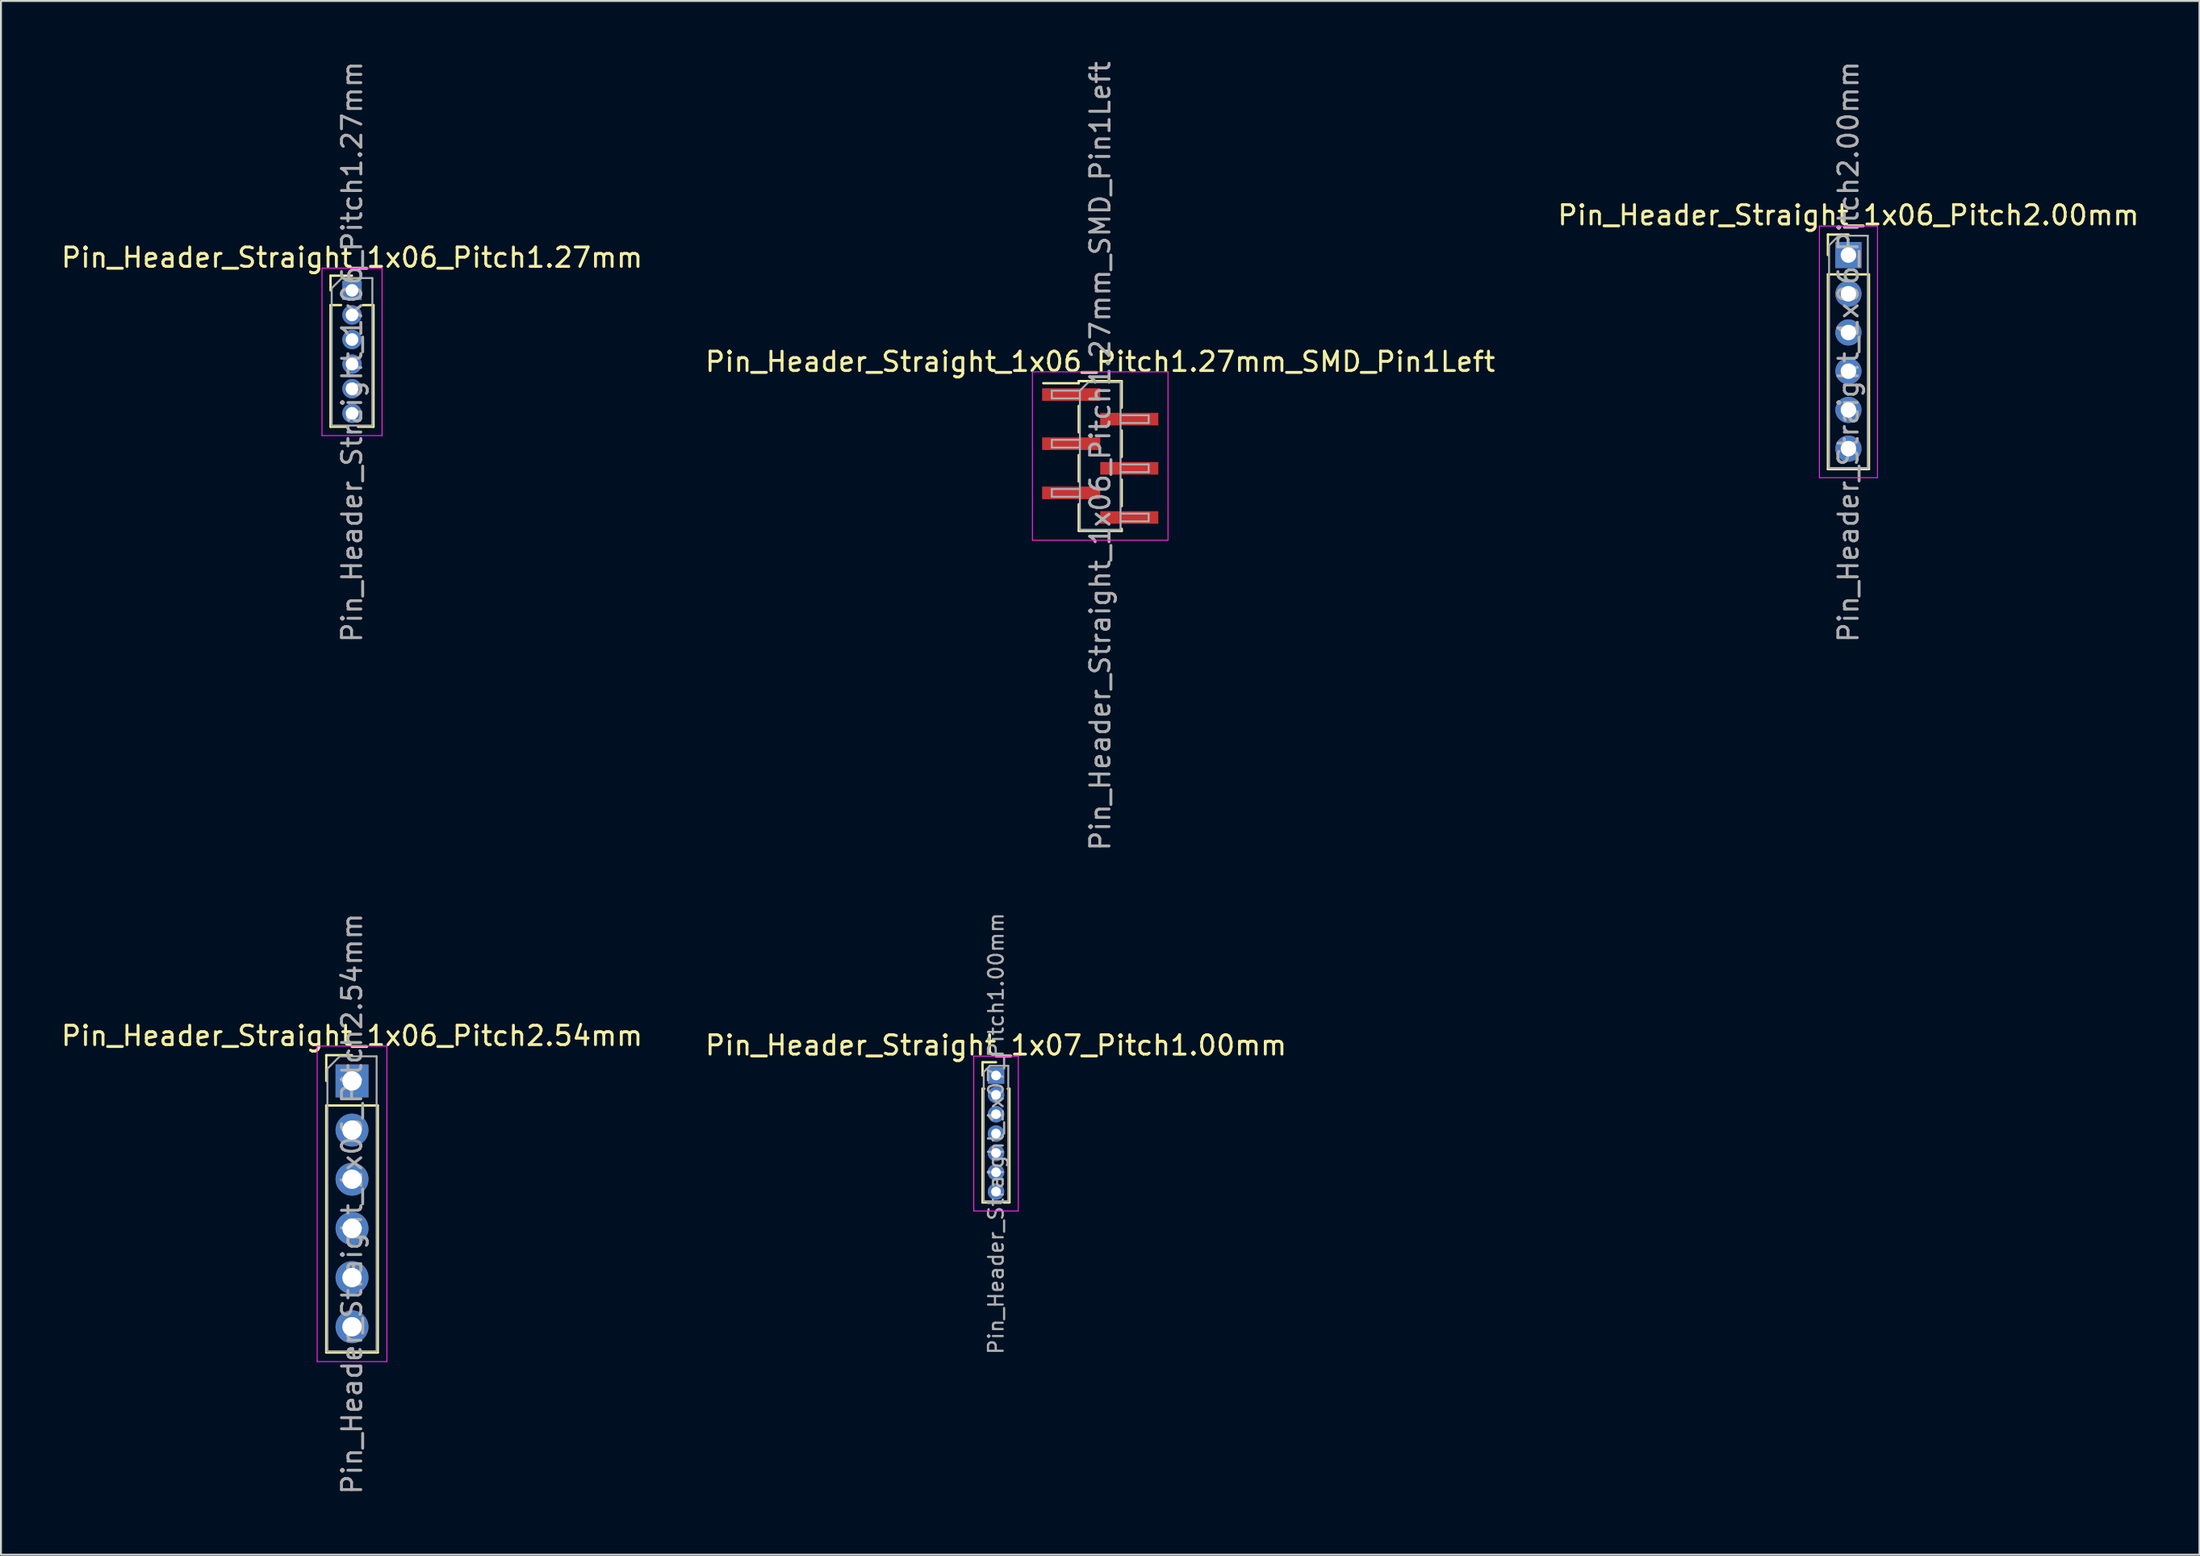
<source format=kicad_pcb>
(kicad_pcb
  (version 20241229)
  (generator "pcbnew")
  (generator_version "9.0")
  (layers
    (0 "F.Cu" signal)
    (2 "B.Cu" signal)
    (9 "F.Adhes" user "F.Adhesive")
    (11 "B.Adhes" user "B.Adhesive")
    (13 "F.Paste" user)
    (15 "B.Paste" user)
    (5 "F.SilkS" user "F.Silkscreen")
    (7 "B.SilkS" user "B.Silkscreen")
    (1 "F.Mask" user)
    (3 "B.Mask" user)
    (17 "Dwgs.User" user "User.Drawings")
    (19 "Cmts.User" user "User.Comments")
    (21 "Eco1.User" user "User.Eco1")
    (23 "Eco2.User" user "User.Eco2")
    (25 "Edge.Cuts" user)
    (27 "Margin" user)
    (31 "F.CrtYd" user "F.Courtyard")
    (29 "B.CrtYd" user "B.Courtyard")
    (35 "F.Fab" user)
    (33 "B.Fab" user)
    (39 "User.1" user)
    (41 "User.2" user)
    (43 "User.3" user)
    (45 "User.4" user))
  (footprint "Pin_Header_Straight_1x06_Pitch2.54mm"
    (layer "F.Cu")
    (at 15.125 52.787)
    (property "Reference" "Pin_Header_Straight_1x06_Pitch2.54mm" (at 0 -2.33 0) (layer "F.SilkS") (effects (font (size 1 1) (thickness 0.15))))
    (attr through_hole)
    (fp_line (start -1.33 -1.33) (end 0 -1.33) (stroke (width 0.12) (type solid)) (layer "F.SilkS"))
    (fp_line (start -1.33 0) (end -1.33 -1.33) (stroke (width 0.12) (type solid)) (layer "F.SilkS"))
    (fp_line (start -1.33 1.27) (end -1.33 14.03) (stroke (width 0.12) (type solid)) (layer "F.SilkS"))
    (fp_line (start -1.33 1.27) (end 1.33 1.27) (stroke (width 0.12) (type solid)) (layer "F.SilkS"))
    (fp_line (start -1.33 14.03) (end 1.33 14.03) (stroke (width 0.12) (type solid)) (layer "F.SilkS"))
    (fp_line (start 1.33 1.27) (end 1.33 14.03) (stroke (width 0.12) (type solid)) (layer "F.SilkS"))
    (fp_line (start -1.8 -1.8) (end -1.8 14.5) (stroke (width 0.05) (type solid)) (layer "F.CrtYd"))
    (fp_line (start -1.8 14.5) (end 1.8 14.5) (stroke (width 0.05) (type solid)) (layer "F.CrtYd"))
    (fp_line (start 1.8 -1.8) (end -1.8 -1.8) (stroke (width 0.05) (type solid)) (layer "F.CrtYd"))
    (fp_line (start 1.8 14.5) (end 1.8 -1.8) (stroke (width 0.05) (type solid)) (layer "F.CrtYd"))
    (fp_line (start -1.27 -0.635) (end -0.635 -1.27) (stroke (width 0.1) (type solid)) (layer "F.Fab"))
    (fp_line (start -1.27 13.97) (end -1.27 -0.635) (stroke (width 0.1) (type solid)) (layer "F.Fab"))
    (fp_line (start -0.635 -1.27) (end 1.27 -1.27) (stroke (width 0.1) (type solid)) (layer "F.Fab"))
    (fp_line (start 1.27 -1.27) (end 1.27 13.97) (stroke (width 0.1) (type solid)) (layer "F.Fab"))
    (fp_line (start 1.27 13.97) (end -1.27 13.97) (stroke (width 0.1) (type solid)) (layer "F.Fab"))
    (fp_text user "${REFERENCE}" (at 0 6.35 90) (layer "F.Fab") (effects (font (size 1 1) (thickness 0.15))))
    (pad "1" thru_hole rect (at 0 0) (size 1.7 1.7) (drill 1) (layers "*.Cu" "*.Mask"))
    (pad "2" thru_hole oval (at 0 2.54) (size 1.7 1.7) (drill 1) (layers "*.Cu" "*.Mask"))
    (pad "3" thru_hole oval (at 0 5.08) (size 1.7 1.7) (drill 1) (layers "*.Cu" "*.Mask"))
    (pad "4" thru_hole oval (at 0 7.62) (size 1.7 1.7) (drill 1) (layers "*.Cu" "*.Mask"))
    (pad "5" thru_hole oval (at 0 10.16) (size 1.7 1.7) (drill 1) (layers "*.Cu" "*.Mask"))
    (pad "6" thru_hole oval (at 0 12.7) (size 1.7 1.7) (drill 1) (layers "*.Cu" "*.Mask")))
  (footprint "Pin_Header_Straight_1x06_Pitch1.27mm_SMD_Pin1Left"
    (layer "F.Cu")
    (at 53.756 20.506)
    (property "Reference" "Pin_Header_Straight_1x06_Pitch1.27mm_SMD_Pin1Left" (at 0 -4.87 0) (layer "F.SilkS") (effects (font (size 1 1) (thickness 0.15))))
    (attr smd)
    (fp_line (start -1.11 -3.87) (end -1.11 -3.76) (stroke (width 0.12) (type solid)) (layer "F.SilkS"))
    (fp_line (start -1.11 -3.87) (end 1.11 -3.87) (stroke (width 0.12) (type solid)) (layer "F.SilkS"))
    (fp_line (start -1.11 -3.76) (end -2.94 -3.76) (stroke (width 0.12) (type solid)) (layer "F.SilkS"))
    (fp_line (start -1.11 -2.59) (end -1.11 -1.22) (stroke (width 0.12) (type solid)) (layer "F.SilkS"))
    (fp_line (start -1.11 -0.05) (end -1.11 1.32) (stroke (width 0.12) (type solid)) (layer "F.SilkS"))
    (fp_line (start -1.11 2.49) (end -1.11 3.86) (stroke (width 0.12) (type solid)) (layer "F.SilkS"))
    (fp_line (start -1.11 3.87) (end 1.11 3.87) (stroke (width 0.12) (type solid)) (layer "F.SilkS"))
    (fp_line (start 1.11 -3.86) (end 1.11 -2.49) (stroke (width 0.12) (type solid)) (layer "F.SilkS"))
    (fp_line (start 1.11 -1.32) (end 1.11 0.05) (stroke (width 0.12) (type solid)) (layer "F.SilkS"))
    (fp_line (start 1.11 1.22) (end 1.11 2.59) (stroke (width 0.12) (type solid)) (layer "F.SilkS"))
    (fp_line (start 1.11 3.76) (end 1.11 3.87) (stroke (width 0.12) (type solid)) (layer "F.SilkS"))
    (fp_line (start -3.5 -4.35) (end -3.5 4.35) (stroke (width 0.05) (type solid)) (layer "F.CrtYd"))
    (fp_line (start -3.5 4.35) (end 3.5 4.35) (stroke (width 0.05) (type solid)) (layer "F.CrtYd"))
    (fp_line (start 3.5 -4.35) (end -3.5 -4.35) (stroke (width 0.05) (type solid)) (layer "F.CrtYd"))
    (fp_line (start 3.5 4.35) (end 3.5 -4.35) (stroke (width 0.05) (type solid)) (layer "F.CrtYd"))
    (fp_line (start -2.5 -3.375) (end -2.5 -2.975) (stroke (width 0.1) (type solid)) (layer "F.Fab"))
    (fp_line (start -2.5 -2.975) (end -1.05 -2.975) (stroke (width 0.1) (type solid)) (layer "F.Fab"))
    (fp_line (start -2.5 -0.835) (end -2.5 -0.435) (stroke (width 0.1) (type solid)) (layer "F.Fab"))
    (fp_line (start -2.5 -0.435) (end -1.05 -0.435) (stroke (width 0.1) (type solid)) (layer "F.Fab"))
    (fp_line (start -2.5 1.705) (end -2.5 2.105) (stroke (width 0.1) (type solid)) (layer "F.Fab"))
    (fp_line (start -2.5 2.105) (end -1.05 2.105) (stroke (width 0.1) (type solid)) (layer "F.Fab"))
    (fp_line (start -1.05 -3.375) (end -2.5 -3.375) (stroke (width 0.1) (type solid)) (layer "F.Fab"))
    (fp_line (start -1.05 -3.375) (end -0.615 -3.81) (stroke (width 0.1) (type solid)) (layer "F.Fab"))
    (fp_line (start -1.05 -0.835) (end -2.5 -0.835) (stroke (width 0.1) (type solid)) (layer "F.Fab"))
    (fp_line (start -1.05 1.705) (end -2.5 1.705) (stroke (width 0.1) (type solid)) (layer "F.Fab"))
    (fp_line (start -1.05 3.81) (end -1.05 -3.375) (stroke (width 0.1) (type solid)) (layer "F.Fab"))
    (fp_line (start -0.615 -3.81) (end 1.05 -3.81) (stroke (width 0.1) (type solid)) (layer "F.Fab"))
    (fp_line (start 1.05 -3.81) (end 1.05 3.81) (stroke (width 0.1) (type solid)) (layer "F.Fab"))
    (fp_line (start 1.05 -2.105) (end 2.5 -2.105) (stroke (width 0.1) (type solid)) (layer "F.Fab"))
    (fp_line (start 1.05 0.435) (end 2.5 0.435) (stroke (width 0.1) (type solid)) (layer "F.Fab"))
    (fp_line (start 1.05 2.975) (end 2.5 2.975) (stroke (width 0.1) (type solid)) (layer "F.Fab"))
    (fp_line (start 1.05 3.81) (end -1.05 3.81) (stroke (width 0.1) (type solid)) (layer "F.Fab"))
    (fp_line (start 2.5 -2.105) (end 2.5 -1.705) (stroke (width 0.1) (type solid)) (layer "F.Fab"))
    (fp_line (start 2.5 -1.705) (end 1.05 -1.705) (stroke (width 0.1) (type solid)) (layer "F.Fab"))
    (fp_line (start 2.5 0.435) (end 2.5 0.835) (stroke (width 0.1) (type solid)) (layer "F.Fab"))
    (fp_line (start 2.5 0.835) (end 1.05 0.835) (stroke (width 0.1) (type solid)) (layer "F.Fab"))
    (fp_line (start 2.5 2.975) (end 2.5 3.375) (stroke (width 0.1) (type solid)) (layer "F.Fab"))
    (fp_line (start 2.5 3.375) (end 1.05 3.375) (stroke (width 0.1) (type solid)) (layer "F.Fab"))
    (fp_text user "${REFERENCE}" (at 0 0 90) (layer "F.Fab") (effects (font (size 1 1) (thickness 0.15))))
    (pad "1" smd rect (at -1.5 -3.175) (size 3 0.65) (layers "F.Cu" "F.Mask" "F.Paste"))
    (pad "2" smd rect (at 1.5 -1.905) (size 3 0.65) (layers "F.Cu" "F.Mask" "F.Paste"))
    (pad "3" smd rect (at -1.5 -0.635) (size 3 0.65) (layers "F.Cu" "F.Mask" "F.Paste"))
    (pad "4" smd rect (at 1.5 0.635) (size 3 0.65) (layers "F.Cu" "F.Mask" "F.Paste"))
    (pad "5" smd rect (at -1.5 1.905) (size 3 0.65) (layers "F.Cu" "F.Mask" "F.Paste"))
    (pad "6" smd rect (at 1.5 3.175) (size 3 0.65) (layers "F.Cu" "F.Mask" "F.Paste")))
  (footprint "Pin_Header_Straight_1x07_Pitch1.00mm"
    (layer "F.Cu")
    (at 48.375 52.507)
    (property "Reference" "Pin_Header_Straight_1x07_Pitch1.00mm" (at 0 -1.56 0) (layer "F.SilkS") (effects (font (size 1 1) (thickness 0.15))))
    (attr through_hole)
    (fp_line (start -0.695 -0.685) (end 0 -0.685) (stroke (width 0.12) (type solid)) (layer "F.SilkS"))
    (fp_line (start -0.695 0) (end -0.695 -0.685) (stroke (width 0.12) (type solid)) (layer "F.SilkS"))
    (fp_line (start -0.695 0.685) (end -0.695 6.56) (stroke (width 0.12) (type solid)) (layer "F.SilkS"))
    (fp_line (start -0.695 0.685) (end -0.608 0.685) (stroke (width 0.12) (type solid)) (layer "F.SilkS"))
    (fp_line (start -0.695 6.56) (end -0.394 6.56) (stroke (width 0.12) (type solid)) (layer "F.SilkS"))
    (fp_line (start 0.394 6.56) (end 0.695 6.56) (stroke (width 0.12) (type solid)) (layer "F.SilkS"))
    (fp_line (start 0.608 0.685) (end 0.695 0.685) (stroke (width 0.12) (type solid)) (layer "F.SilkS"))
    (fp_line (start 0.695 0.685) (end 0.695 6.56) (stroke (width 0.12) (type solid)) (layer "F.SilkS"))
    (fp_line (start -1.15 -1) (end -1.15 7) (stroke (width 0.05) (type solid)) (layer "F.CrtYd"))
    (fp_line (start -1.15 7) (end 1.15 7) (stroke (width 0.05) (type solid)) (layer "F.CrtYd"))
    (fp_line (start 1.15 -1) (end -1.15 -1) (stroke (width 0.05) (type solid)) (layer "F.CrtYd"))
    (fp_line (start 1.15 7) (end 1.15 -1) (stroke (width 0.05) (type solid)) (layer "F.CrtYd"))
    (fp_line (start -0.635 -0.182) (end -0.318 -0.5) (stroke (width 0.1) (type solid)) (layer "F.Fab"))
    (fp_line (start -0.635 6.5) (end -0.635 -0.182) (stroke (width 0.1) (type solid)) (layer "F.Fab"))
    (fp_line (start -0.318 -0.5) (end 0.635 -0.5) (stroke (width 0.1) (type solid)) (layer "F.Fab"))
    (fp_line (start 0.635 -0.5) (end 0.635 6.5) (stroke (width 0.1) (type solid)) (layer "F.Fab"))
    (fp_line (start 0.635 6.5) (end -0.635 6.5) (stroke (width 0.1) (type solid)) (layer "F.Fab"))
    (fp_text user "${REFERENCE}" (at 0 3 90) (layer "F.Fab") (effects (font (size 0.76 0.76) (thickness 0.114))))
    (pad "1" thru_hole rect (at 0 0) (size 0.85 0.85) (drill 0.5) (layers "*.Cu" "*.Mask"))
    (pad "2" thru_hole oval (at 0 1) (size 0.85 0.85) (drill 0.5) (layers "*.Cu" "*.Mask"))
    (pad "3" thru_hole oval (at 0 2) (size 0.85 0.85) (drill 0.5) (layers "*.Cu" "*.Mask"))
    (pad "4" thru_hole oval (at 0 3) (size 0.85 0.85) (drill 0.5) (layers "*.Cu" "*.Mask"))
    (pad "5" thru_hole oval (at 0 4) (size 0.85 0.85) (drill 0.5) (layers "*.Cu" "*.Mask"))
    (pad "6" thru_hole oval (at 0 5) (size 0.85 0.85) (drill 0.5) (layers "*.Cu" "*.Mask"))
    (pad "7" thru_hole oval (at 0 6) (size 0.85 0.85) (drill 0.5) (layers "*.Cu" "*.Mask")))
  (footprint "Pin_Header_Straight_1x06_Pitch1.27mm"
    (layer "F.Cu")
    (at 15.125 11.95)
    (property "Reference" "Pin_Header_Straight_1x06_Pitch1.27mm" (at 0 -1.695 0) (layer "F.SilkS") (effects (font (size 1 1) (thickness 0.15))))
    (attr through_hole)
    (fp_line (start -1.11 -0.76) (end 0 -0.76) (stroke (width 0.12) (type solid)) (layer "F.SilkS"))
    (fp_line (start -1.11 0) (end -1.11 -0.76) (stroke (width 0.12) (type solid)) (layer "F.SilkS"))
    (fp_line (start -1.11 0.76) (end -1.11 7.045) (stroke (width 0.12) (type solid)) (layer "F.SilkS"))
    (fp_line (start -1.11 0.76) (end -0.563 0.76) (stroke (width 0.12) (type solid)) (layer "F.SilkS"))
    (fp_line (start -1.11 7.045) (end -0.308 7.045) (stroke (width 0.12) (type solid)) (layer "F.SilkS"))
    (fp_line (start 0.308 7.045) (end 1.11 7.045) (stroke (width 0.12) (type solid)) (layer "F.SilkS"))
    (fp_line (start 0.563 0.76) (end 1.11 0.76) (stroke (width 0.12) (type solid)) (layer "F.SilkS"))
    (fp_line (start 1.11 0.76) (end 1.11 7.045) (stroke (width 0.12) (type solid)) (layer "F.SilkS"))
    (fp_line (start -1.55 -1.15) (end -1.55 7.5) (stroke (width 0.05) (type solid)) (layer "F.CrtYd"))
    (fp_line (start -1.55 7.5) (end 1.55 7.5) (stroke (width 0.05) (type solid)) (layer "F.CrtYd"))
    (fp_line (start 1.55 -1.15) (end -1.55 -1.15) (stroke (width 0.05) (type solid)) (layer "F.CrtYd"))
    (fp_line (start 1.55 7.5) (end 1.55 -1.15) (stroke (width 0.05) (type solid)) (layer "F.CrtYd"))
    (fp_line (start -1.05 -0.11) (end -0.525 -0.635) (stroke (width 0.1) (type solid)) (layer "F.Fab"))
    (fp_line (start -1.05 6.985) (end -1.05 -0.11) (stroke (width 0.1) (type solid)) (layer "F.Fab"))
    (fp_line (start -0.525 -0.635) (end 1.05 -0.635) (stroke (width 0.1) (type solid)) (layer "F.Fab"))
    (fp_line (start 1.05 -0.635) (end 1.05 6.985) (stroke (width 0.1) (type solid)) (layer "F.Fab"))
    (fp_line (start 1.05 6.985) (end -1.05 6.985) (stroke (width 0.1) (type solid)) (layer "F.Fab"))
    (fp_text user "${REFERENCE}" (at 0 3.175 90) (layer "F.Fab") (effects (font (size 1 1) (thickness 0.15))))
    (pad "1" thru_hole rect (at 0 0) (size 1 1) (drill 0.65) (layers "*.Cu" "*.Mask"))
    (pad "2" thru_hole oval (at 0 1.27) (size 1 1) (drill 0.65) (layers "*.Cu" "*.Mask"))
    (pad "3" thru_hole oval (at 0 2.54) (size 1 1) (drill 0.65) (layers "*.Cu" "*.Mask"))
    (pad "4" thru_hole oval (at 0 3.81) (size 1 1) (drill 0.65) (layers "*.Cu" "*.Mask"))
    (pad "5" thru_hole oval (at 0 5.08) (size 1 1) (drill 0.65) (layers "*.Cu" "*.Mask"))
    (pad "6" thru_hole oval (at 0 6.35) (size 1 1) (drill 0.65) (layers "*.Cu" "*.Mask")))
  (footprint "Pin_Header_Straight_1x06_Pitch2.00mm"
    (layer "F.Cu")
    (at 92.387 10.125)
    (property "Reference" "Pin_Header_Straight_1x06_Pitch2.00mm" (at 0 -2.06 0) (layer "F.SilkS") (effects (font (size 1 1) (thickness 0.15))))
    (attr through_hole)
    (fp_line (start -1.06 -1.06) (end 0 -1.06) (stroke (width 0.12) (type solid)) (layer "F.SilkS"))
    (fp_line (start -1.06 0) (end -1.06 -1.06) (stroke (width 0.12) (type solid)) (layer "F.SilkS"))
    (fp_line (start -1.06 1) (end -1.06 11.06) (stroke (width 0.12) (type solid)) (layer "F.SilkS"))
    (fp_line (start -1.06 1) (end 1.06 1) (stroke (width 0.12) (type solid)) (layer "F.SilkS"))
    (fp_line (start -1.06 11.06) (end 1.06 11.06) (stroke (width 0.12) (type solid)) (layer "F.SilkS"))
    (fp_line (start 1.06 1) (end 1.06 11.06) (stroke (width 0.12) (type solid)) (layer "F.SilkS"))
    (fp_line (start -1.5 -1.5) (end -1.5 11.5) (stroke (width 0.05) (type solid)) (layer "F.CrtYd"))
    (fp_line (start -1.5 11.5) (end 1.5 11.5) (stroke (width 0.05) (type solid)) (layer "F.CrtYd"))
    (fp_line (start 1.5 -1.5) (end -1.5 -1.5) (stroke (width 0.05) (type solid)) (layer "F.CrtYd"))
    (fp_line (start 1.5 11.5) (end 1.5 -1.5) (stroke (width 0.05) (type solid)) (layer "F.CrtYd"))
    (fp_line (start -1 -0.5) (end -0.5 -1) (stroke (width 0.1) (type solid)) (layer "F.Fab"))
    (fp_line (start -1 11) (end -1 -0.5) (stroke (width 0.1) (type solid)) (layer "F.Fab"))
    (fp_line (start -0.5 -1) (end 1 -1) (stroke (width 0.1) (type solid)) (layer "F.Fab"))
    (fp_line (start 1 -1) (end 1 11) (stroke (width 0.1) (type solid)) (layer "F.Fab"))
    (fp_line (start 1 11) (end -1 11) (stroke (width 0.1) (type solid)) (layer "F.Fab"))
    (fp_text user "${REFERENCE}" (at 0 5 90) (layer "F.Fab") (effects (font (size 1 1) (thickness 0.15))))
    (pad "1" thru_hole rect (at 0 0) (size 1.35 1.35) (drill 0.8) (layers "*.Cu" "*.Mask"))
    (pad "2" thru_hole oval (at 0 2) (size 1.35 1.35) (drill 0.8) (layers "*.Cu" "*.Mask"))
    (pad "3" thru_hole oval (at 0 4) (size 1.35 1.35) (drill 0.8) (layers "*.Cu" "*.Mask"))
    (pad "4" thru_hole oval (at 0 6) (size 1.35 1.35) (drill 0.8) (layers "*.Cu" "*.Mask"))
    (pad "5" thru_hole oval (at 0 8) (size 1.35 1.35) (drill 0.8) (layers "*.Cu" "*.Mask"))
    (pad "6" thru_hole oval (at 0 10) (size 1.35 1.35) (drill 0.8) (layers "*.Cu" "*.Mask")))
  (gr_rect
    (start -3 -3)
    (end 110.512 77.262)
    (stroke (width 0.1) (type default))
    (fill no)
    (layer "Edge.Cuts")))
</source>
